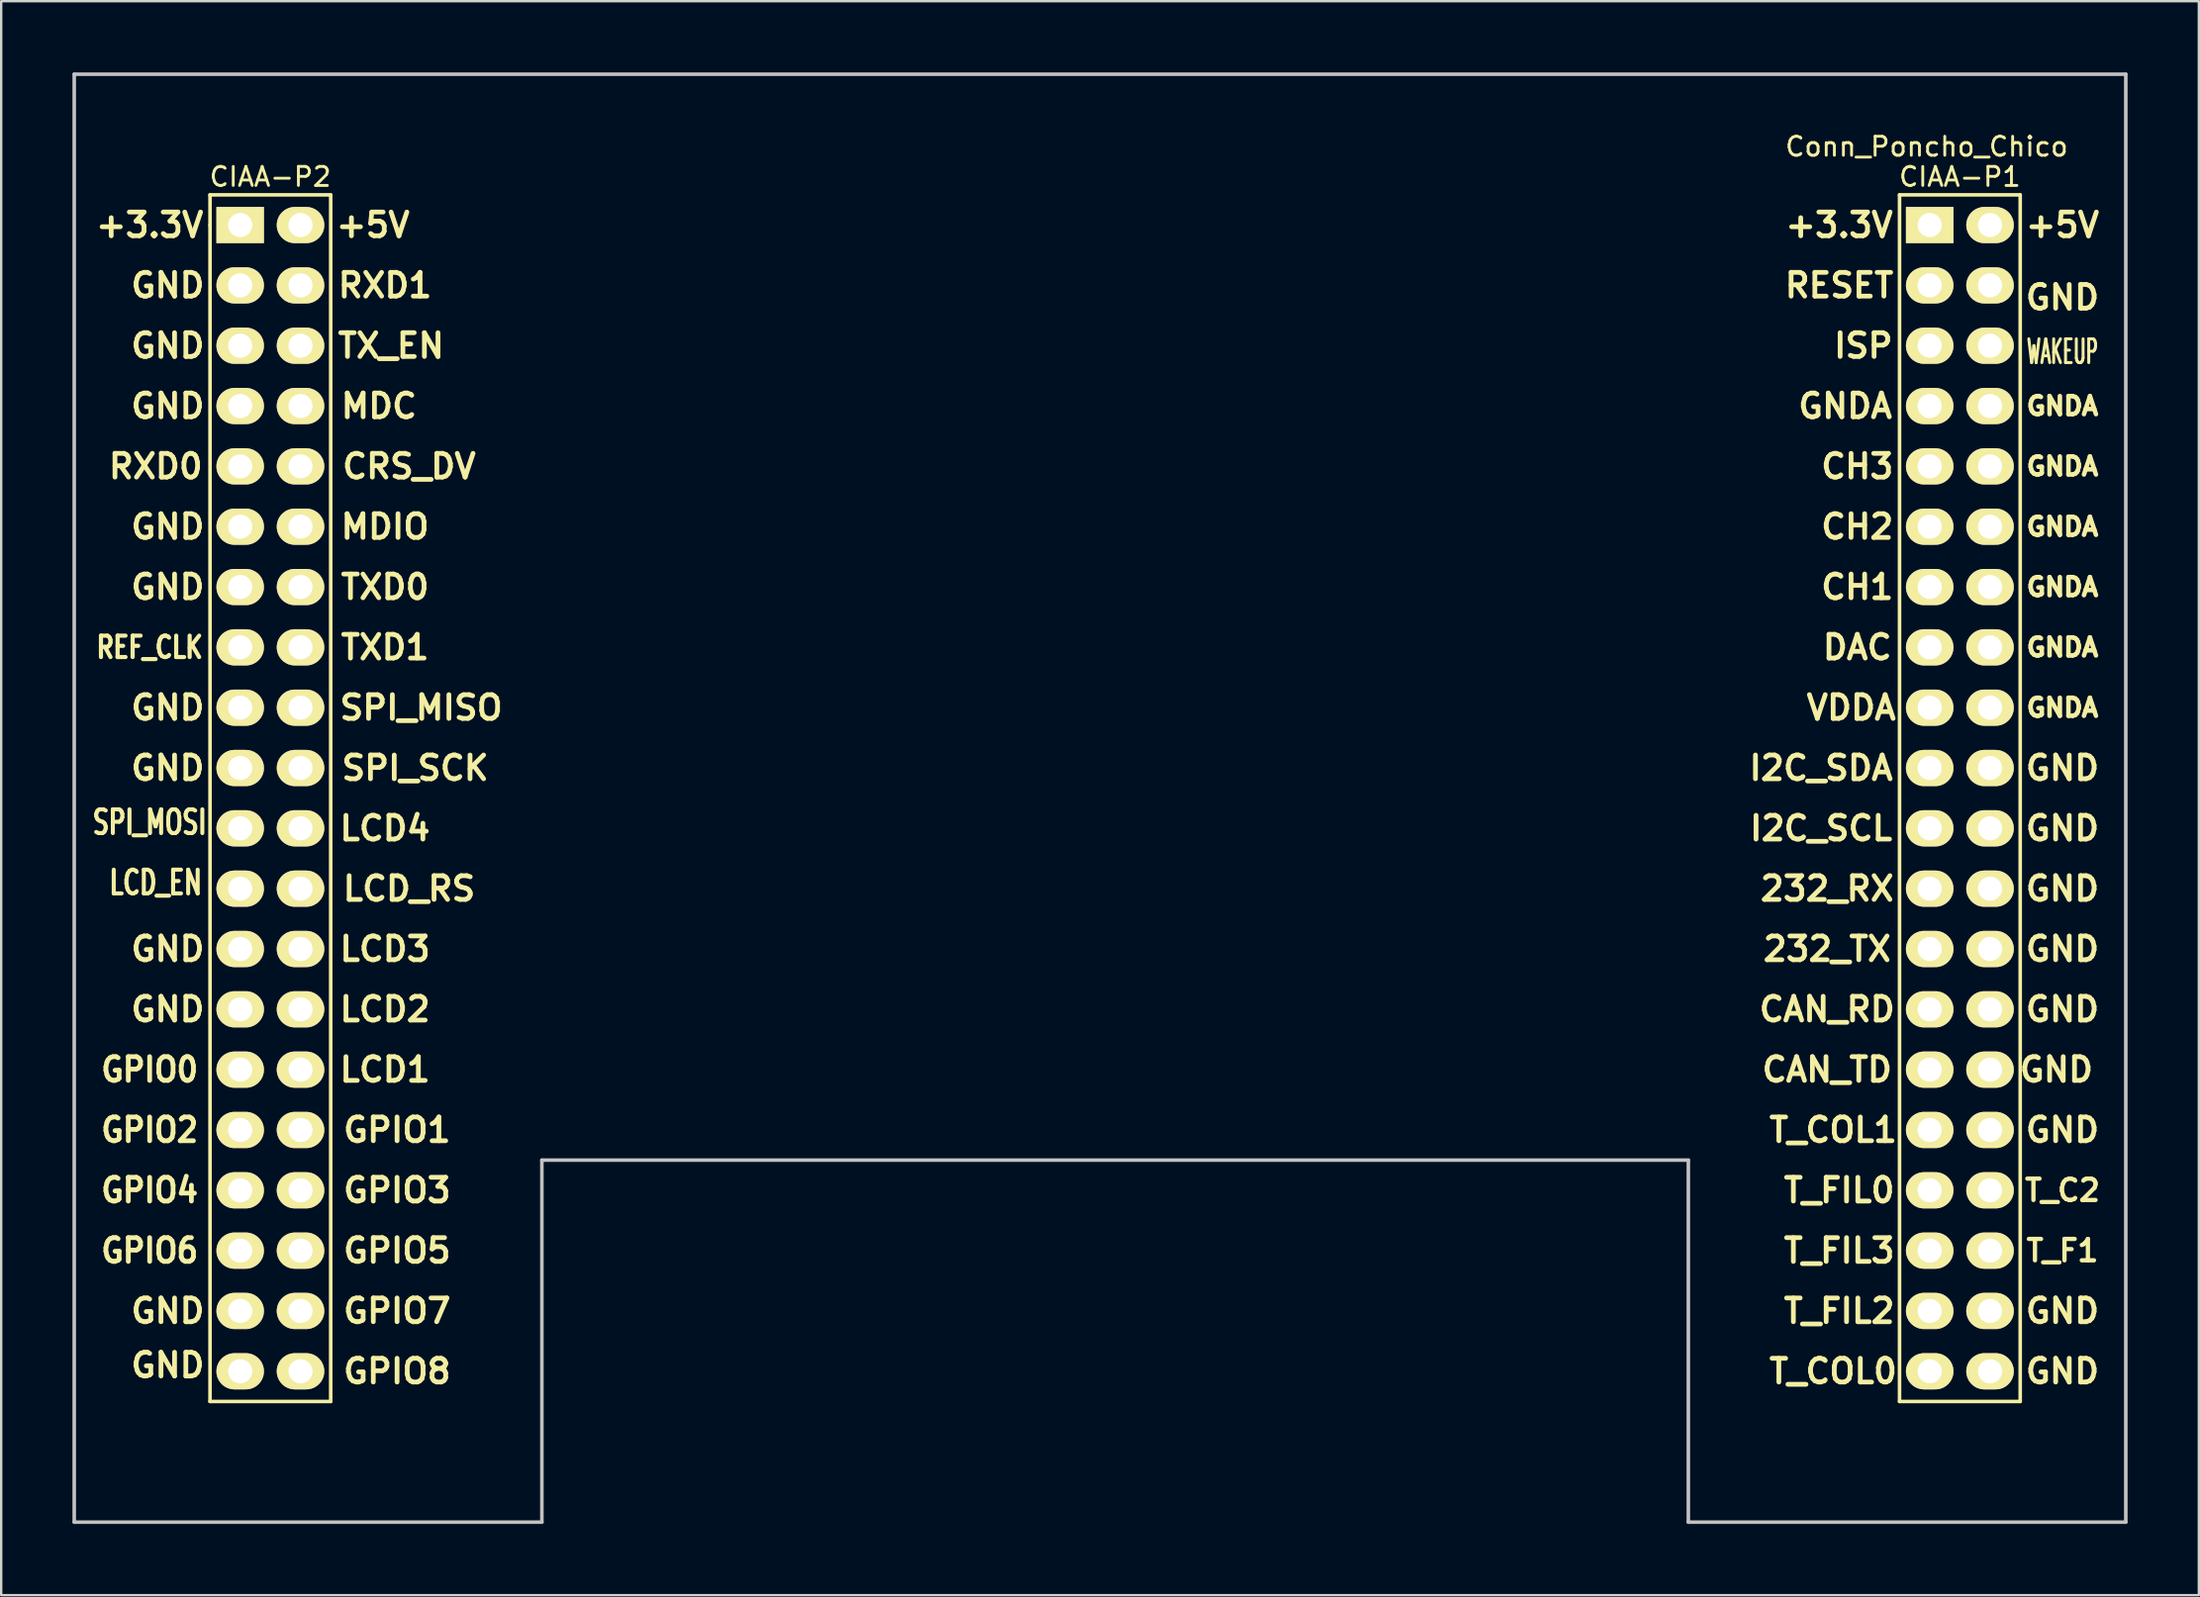
<source format=kicad_pcb>
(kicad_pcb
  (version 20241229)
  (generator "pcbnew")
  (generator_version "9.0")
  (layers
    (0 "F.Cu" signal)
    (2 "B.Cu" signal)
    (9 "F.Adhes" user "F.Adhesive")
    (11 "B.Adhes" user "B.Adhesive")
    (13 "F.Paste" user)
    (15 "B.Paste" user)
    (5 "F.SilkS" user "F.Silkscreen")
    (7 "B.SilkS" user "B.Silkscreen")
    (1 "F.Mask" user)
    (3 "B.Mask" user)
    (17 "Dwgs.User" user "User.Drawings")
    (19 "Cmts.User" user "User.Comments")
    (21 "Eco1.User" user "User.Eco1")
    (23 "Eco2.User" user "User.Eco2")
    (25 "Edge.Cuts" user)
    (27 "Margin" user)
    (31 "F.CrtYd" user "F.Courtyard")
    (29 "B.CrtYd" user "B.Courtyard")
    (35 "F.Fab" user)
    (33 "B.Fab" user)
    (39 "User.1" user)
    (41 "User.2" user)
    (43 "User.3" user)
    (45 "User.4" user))
  (footprint "Conn_Poncho_Chico"
    (layer "F.Cu")
    (at 78.18 6.425)
    (property "Reference" "Conn_Poncho_Chico" (at -0.127 -3.302 0) (layer "F.SilkS") (effects (font (size 0.8 0.8) (thickness 0.12))))
    (attr through_hole)
    (fp_line (start -72.39 -1.27) (end -67.31 -1.27) (stroke (width 0.15) (type solid)) (layer "F.SilkS"))
    (fp_line (start -72.39 0) (end -72.39 -1.27) (stroke (width 0.15) (type solid)) (layer "F.SilkS"))
    (fp_line (start -72.39 49.53) (end -72.39 0) (stroke (width 0.15) (type solid)) (layer "F.SilkS"))
    (fp_line (start -67.31 -1.27) (end -67.31 49.53) (stroke (width 0.15) (type solid)) (layer "F.SilkS"))
    (fp_line (start -67.31 49.53) (end -72.39 49.53) (stroke (width 0.15) (type solid)) (layer "F.SilkS"))
    (fp_line (start -1.27 49.53) (end -1.27 -1.27) (stroke (width 0.15) (type solid)) (layer "F.SilkS"))
    (fp_line (start 3.81 -1.27) (end -1.27 -1.27) (stroke (width 0.15) (type solid)) (layer "F.SilkS"))
    (fp_line (start 3.81 49.53) (end -1.27 49.53) (stroke (width 0.15) (type solid)) (layer "F.SilkS"))
    (fp_line (start 3.81 49.53) (end 3.81 -1.27) (stroke (width 0.15) (type solid)) (layer "F.SilkS"))
    (fp_line (start -78.105 54.61) (end -78.105 -6.35) (stroke (width 0.15) (type solid)) (layer "Dwgs.User"))
    (fp_line (start -58.42 39.37) (end -10.16 39.37) (stroke (width 0.15) (type solid)) (layer "Dwgs.User"))
    (fp_line (start -58.42 54.61) (end -78.105 54.61) (stroke (width 0.15) (type solid)) (layer "Dwgs.User"))
    (fp_line (start -58.42 54.61) (end -58.42 39.37) (stroke (width 0.15) (type solid)) (layer "Dwgs.User"))
    (fp_line (start -10.16 54.61) (end -10.16 39.37) (stroke (width 0.15) (type solid)) (layer "Dwgs.User"))
    (fp_line (start 8.255 -6.35) (end -78.105 -6.35) (stroke (width 0.15) (type solid)) (layer "Dwgs.User"))
    (fp_line (start 8.255 54.61) (end -10.16 54.61) (stroke (width 0.15) (type solid)) (layer "Dwgs.User"))
    (fp_line (start 8.255 54.61) (end 8.255 -6.35) (stroke (width 0.15) (type solid)) (layer "Dwgs.User"))
    (fp_text user "LCD3" (at -65.024 30.48 0) (layer "F.SilkS") (effects (font (size 1 1) (thickness 0.2))))
    (fp_text user "GND" (at 5.588 30.48 0) (layer "F.SilkS") (effects (font (size 1 1) (thickness 0.2))))
    (fp_text user "GND" (at -74.168 22.86 0) (layer "F.SilkS") (effects (font (size 1 1) (thickness 0.2))))
    (fp_text user "GND" (at 5.588 25.4 0) (layer "F.SilkS") (effects (font (size 1 1) (thickness 0.2))))
    (fp_text user "T_COL0" (at -4.064 48.26 0) (layer "F.SilkS") (effects (font (size 1 1) (thickness 0.2))))
    (fp_text user "CIAA-P1" (at 1.27 -2.032 0) (layer "F.SilkS") (effects (font (size 0.8 0.8) (thickness 0.12))))
    (fp_text user "+3.3V" (at -74.93 0 0) (layer "F.SilkS") (effects (font (size 1 1) (thickness 0.2))))
    (fp_text user "MDIO" (at -65.024 12.7 0) (layer "F.SilkS") (effects (font (size 1 1) (thickness 0.2))))
    (fp_text user "T_F1" (at 5.588 43.18 0) (layer "F.SilkS") (effects (font (size 0.9 0.9) (thickness 0.18))))
    (fp_text user "GND" (at -74.168 5.08 0) (layer "F.SilkS") (effects (font (size 1 1) (thickness 0.2))))
    (fp_text user "LCD_RS" (at -64.008 27.94 0) (layer "F.SilkS") (effects (font (size 1 1) (thickness 0.2))))
    (fp_text user "RXD1" (at -65.024 2.54 0) (layer "F.SilkS") (effects (font (size 1 1) (thickness 0.2))))
    (fp_text user "GND" (at -74.168 7.62 0) (layer "F.SilkS") (effects (font (size 1 1) (thickness 0.2))))
    (fp_text user "LCD_EN" (at -74.676 27.686 0) (layer "F.SilkS") (effects (font (size 1 0.7) (thickness 0.17))))
    (fp_text user "GNDA" (at 5.588 20.32 0) (layer "F.SilkS") (effects (font (size 0.76 0.76) (thickness 0.19))))
    (fp_text user "GNDA" (at 5.588 10.16 0) (layer "F.SilkS") (effects (font (size 0.76 0.76) (thickness 0.19))))
    (fp_text user "GND" (at -74.168 15.24 0) (layer "F.SilkS") (effects (font (size 1 1) (thickness 0.2))))
    (fp_text user "GND" (at -74.168 12.7 0) (layer "F.SilkS") (effects (font (size 1 1) (thickness 0.2))))
    (fp_text user "CH2" (at -3.048 12.7 0) (layer "F.SilkS") (effects (font (size 1 1) (thickness 0.2))))
    (fp_text user "GPIO7" (at -64.516 45.72 0) (layer "F.SilkS") (effects (font (size 1 1) (thickness 0.2))))
    (fp_text user "CAN_TD" (at -4.318 35.56 0) (layer "F.SilkS") (effects (font (size 1 1) (thickness 0.2))))
    (fp_text user "LCD4" (at -65.024 25.4 0) (layer "F.SilkS") (effects (font (size 1 1) (thickness 0.2))))
    (fp_text user "WAKEUP" (at 5.588 5.334 0) (layer "F.SilkS") (effects (font (size 1 0.5) (thickness 0.125))))
    (fp_text user "CH3" (at -3.048 10.16 0) (layer "F.SilkS") (effects (font (size 1 1) (thickness 0.2))))
    (fp_text user "TXD1" (at -65.024 17.78 0) (layer "F.SilkS") (effects (font (size 1 1) (thickness 0.2))))
    (fp_text user "LCD1" (at -65.024 35.56 0) (layer "F.SilkS") (effects (font (size 1 1) (thickness 0.2))))
    (fp_text user "GNDA" (at 5.588 17.78 0) (layer "F.SilkS") (effects (font (size 0.76 0.76) (thickness 0.19))))
    (fp_text user "GPIO6" (at -74.93 43.18 0) (layer "F.SilkS") (effects (font (size 1 0.9) (thickness 0.2))))
    (fp_text user "GND" (at 5.588 3.048 0) (layer "F.SilkS") (effects (font (size 1 1) (thickness 0.2))))
    (fp_text user "GND" (at 5.588 22.86 0) (layer "F.SilkS") (effects (font (size 1 1) (thickness 0.2))))
    (fp_text user "I2C_SCL" (at -4.572 25.4 0) (layer "F.SilkS") (effects (font (size 1 1) (thickness 0.2))))
    (fp_text user "RESET" (at -3.81 2.54 0) (layer "F.SilkS") (effects (font (size 1 1) (thickness 0.2))))
    (fp_text user "CIAA-P2" (at -69.85 -2.032 0) (layer "F.SilkS") (effects (font (size 0.8 0.8) (thickness 0.12))))
    (fp_text user "GPIO2" (at -74.93 38.1 0) (layer "F.SilkS") (effects (font (size 1 0.9) (thickness 0.2))))
    (fp_text user "CAN_RD" (at -4.318 33.02 0) (layer "F.SilkS") (effects (font (size 1 1) (thickness 0.2))))
    (fp_text user "MDC" (at -65.278 7.62 0) (layer "F.SilkS") (effects (font (size 1 1) (thickness 0.2))))
    (fp_text user "GPIO1" (at -64.516 38.1 0) (layer "F.SilkS") (effects (font (size 1 1) (thickness 0.2))))
    (fp_text user "GND" (at -74.168 2.54 0) (layer "F.SilkS") (effects (font (size 1 1) (thickness 0.2))))
    (fp_text user "DAC" (at -3.048 17.78 0) (layer "F.SilkS") (effects (font (size 1 1) (thickness 0.2))))
    (fp_text user "GND" (at 5.588 33.02 0) (layer "F.SilkS") (effects (font (size 1 1) (thickness 0.2))))
    (fp_text user "GND" (at -74.168 45.72 0) (layer "F.SilkS") (effects (font (size 1 1) (thickness 0.2))))
    (fp_text user "CRS_DV" (at -64.008 10.16 0) (layer "F.SilkS") (effects (font (size 1 1) (thickness 0.2))))
    (fp_text user "232_TX" (at -4.318 30.48 0) (layer "F.SilkS") (effects (font (size 1 1) (thickness 0.2))))
    (fp_text user "GND" (at 5.588 48.26 0) (layer "F.SilkS") (effects (font (size 1 1) (thickness 0.2))))
    (fp_text user "GPIO4" (at -74.93 40.64 0) (layer "F.SilkS") (effects (font (size 1 0.9) (thickness 0.2))))
    (fp_text user "GNDA" (at 5.588 7.62 0) (layer "F.SilkS") (effects (font (size 0.76 0.76) (thickness 0.19))))
    (fp_text user "T_FIL2" (at -3.81 45.72 0) (layer "F.SilkS") (effects (font (size 1 1) (thickness 0.2))))
    (fp_text user "TX_EN" (at -64.77 5.08 0) (layer "F.SilkS") (effects (font (size 1 1) (thickness 0.2))))
    (fp_text user "T_FIL3" (at -3.81 43.18 0) (layer "F.SilkS") (effects (font (size 1 1) (thickness 0.2))))
    (fp_text user "GNDA" (at 5.588 12.7 0) (layer "F.SilkS") (effects (font (size 0.76 0.76) (thickness 0.19))))
    (fp_text user "SPI_MOSI" (at -74.93 25.146 0) (layer "F.SilkS") (effects (font (size 1 0.7) (thickness 0.17))))
    (fp_text user "TXD0" (at -65.024 15.24 0) (layer "F.SilkS") (effects (font (size 1 1) (thickness 0.2))))
    (fp_text user "GND" (at -74.168 20.32 0) (layer "F.SilkS") (effects (font (size 1 1) (thickness 0.2))))
    (fp_text user "GNDA" (at -3.556 7.62 0) (layer "F.SilkS") (effects (font (size 1 1) (thickness 0.2))))
    (fp_text user "GND" (at -74.168 33.02 0) (layer "F.SilkS") (effects (font (size 1 1) (thickness 0.2))))
    (fp_text user "ISP" (at -2.794 5.08 0) (layer "F.SilkS") (effects (font (size 1 1) (thickness 0.2))))
    (fp_text user "+5V" (at 5.588 0 0) (layer "F.SilkS") (effects (font (size 1 1) (thickness 0.2))))
    (fp_text user "+5V" (at -65.532 0 0) (layer "F.SilkS") (effects (font (size 1 1) (thickness 0.2))))
    (fp_text user "GND" (at 5.334 35.56 0) (layer "F.SilkS") (effects (font (size 1 1) (thickness 0.2))))
    (fp_text user "RXD0" (at -74.676 10.16 0) (layer "F.SilkS") (effects (font (size 1 1) (thickness 0.2))))
    (fp_text user "T_COL1" (at -4.064 38.1 0) (layer "F.SilkS") (effects (font (size 1 1) (thickness 0.2))))
    (fp_text user "GPIO0" (at -74.93 35.56 0) (layer "F.SilkS") (effects (font (size 1 0.9) (thickness 0.2))))
    (fp_text user "GND" (at 5.588 27.94 0) (layer "F.SilkS") (effects (font (size 1 1) (thickness 0.2))))
    (fp_text user "232_RX" (at -4.318 27.94 0) (layer "F.SilkS") (effects (font (size 1 1) (thickness 0.2))))
    (fp_text user "SPI_MISO" (at -63.5 20.32 0) (layer "F.SilkS") (effects (font (size 1 1) (thickness 0.2))))
    (fp_text user "VDDA" (at -3.302 20.32 0) (layer "F.SilkS") (effects (font (size 1 1) (thickness 0.2))))
    (fp_text user "GNDA" (at 5.588 15.24 0) (layer "F.SilkS") (effects (font (size 0.76 0.76) (thickness 0.19))))
    (fp_text user "GND" (at -74.168 30.48 0) (layer "F.SilkS") (effects (font (size 1 1) (thickness 0.2))))
    (fp_text user "GPIO5" (at -64.516 43.18 0) (layer "F.SilkS") (effects (font (size 1 1) (thickness 0.2))))
    (fp_text user "+3.3V" (at -3.81 0 0) (layer "F.SilkS") (effects (font (size 1 1) (thickness 0.2))))
    (fp_text user "GND" (at -74.168 48.006 0) (layer "F.SilkS") (effects (font (size 1 1) (thickness 0.2))))
    (fp_text user "GPIO8" (at -64.516 48.26 0) (layer "F.SilkS") (effects (font (size 1 1) (thickness 0.2))))
    (fp_text user "REF_CLK" (at -74.93 17.78 0) (layer "F.SilkS") (effects (font (size 0.9 0.7) (thickness 0.175))))
    (fp_text user "I2C_SDA" (at -4.572 22.86 0) (layer "F.SilkS") (effects (font (size 1 1) (thickness 0.2))))
    (fp_text user "CH1" (at -3.048 15.24 0) (layer "F.SilkS") (effects (font (size 1 1) (thickness 0.2))))
    (fp_text user "T_FIL0" (at -3.81 40.64 0) (layer "F.SilkS") (effects (font (size 1 1) (thickness 0.2))))
    (fp_text user "T_C2" (at 5.588 40.64 0) (layer "F.SilkS") (effects (font (size 0.9 0.9) (thickness 0.18))))
    (fp_text user "GPIO3" (at -64.516 40.64 0) (layer "F.SilkS") (effects (font (size 1 1) (thickness 0.2))))
    (fp_text user "GND" (at 5.588 38.1 0) (layer "F.SilkS") (effects (font (size 1 1) (thickness 0.2))))
    (fp_text user "LCD2" (at -65.024 33.02 0) (layer "F.SilkS") (effects (font (size 1 1) (thickness 0.2))))
    (fp_text user "SPI_SCK" (at -63.754 22.86 0) (layer "F.SilkS") (effects (font (size 1 1) (thickness 0.2))))
    (fp_text user "GND" (at 5.588 45.72 0) (layer "F.SilkS") (effects (font (size 1 1) (thickness 0.2))))
    (pad "1" thru_hole rect (at 0 0 270) (size 1.524 2) (drill 1.016) (layers "*.Cu" "*.Mask" "F.SilkS"))
    (pad "2" thru_hole oval (at 2.54 0 270) (size 1.524 2) (drill 1.016) (layers "*.Cu" "*.Mask" "F.SilkS"))
    (pad "3" thru_hole oval (at 0 2.54 270) (size 1.524 2) (drill 1.016) (layers "*.Cu" "*.Mask" "F.SilkS"))
    (pad "4" thru_hole oval (at 2.54 2.54 270) (size 1.524 2) (drill 1.016) (layers "*.Cu" "*.Mask" "F.SilkS"))
    (pad "5" thru_hole oval (at 0 5.08 270) (size 1.524 2) (drill 1.016) (layers "*.Cu" "*.Mask" "F.SilkS"))
    (pad "6" thru_hole oval (at 2.54 5.08 270) (size 1.524 2) (drill 1.016) (layers "*.Cu" "*.Mask" "F.SilkS"))
    (pad "7" thru_hole oval (at 0 7.62 270) (size 1.524 2) (drill 1.016) (layers "*.Cu" "*.Mask" "F.SilkS"))
    (pad "8" thru_hole oval (at 2.54 7.62 270) (size 1.524 2) (drill 1.016) (layers "*.Cu" "*.Mask" "F.SilkS"))
    (pad "9" thru_hole oval (at 0 10.16 270) (size 1.524 2) (drill 1.016) (layers "*.Cu" "*.Mask" "F.SilkS"))
    (pad "10" thru_hole oval (at 2.54 10.16 270) (size 1.524 2) (drill 1.016) (layers "*.Cu" "*.Mask" "F.SilkS"))
    (pad "11" thru_hole oval (at 0 12.7 270) (size 1.524 2) (drill 1.016) (layers "*.Cu" "*.Mask" "F.SilkS"))
    (pad "12" thru_hole oval (at 2.54 12.7 270) (size 1.524 2) (drill 1.016) (layers "*.Cu" "*.Mask" "F.SilkS"))
    (pad "13" thru_hole oval (at 0 15.24 270) (size 1.524 2) (drill 1.016) (layers "*.Cu" "*.Mask" "F.SilkS"))
    (pad "14" thru_hole oval (at 2.54 15.24 270) (size 1.524 2) (drill 1.016) (layers "*.Cu" "*.Mask" "F.SilkS"))
    (pad "15" thru_hole oval (at 0 17.78 270) (size 1.524 2) (drill 1.016) (layers "*.Cu" "*.Mask" "F.SilkS"))
    (pad "16" thru_hole oval (at 2.54 17.78 270) (size 1.524 2) (drill 1.016) (layers "*.Cu" "*.Mask" "F.SilkS"))
    (pad "17" thru_hole oval (at 0 20.32 270) (size 1.524 2) (drill 1.016) (layers "*.Cu" "*.Mask" "F.SilkS"))
    (pad "18" thru_hole oval (at 2.54 20.32 270) (size 1.524 2) (drill 1.016) (layers "*.Cu" "*.Mask" "F.SilkS"))
    (pad "19" thru_hole oval (at 0 22.86 270) (size 1.524 2) (drill 1.016) (layers "*.Cu" "*.Mask" "F.SilkS"))
    (pad "20" thru_hole oval (at 2.54 22.86 270) (size 1.524 2) (drill 1.016) (layers "*.Cu" "*.Mask" "F.SilkS"))
    (pad "21" thru_hole oval (at 0 25.4 270) (size 1.524 2) (drill 1.016) (layers "*.Cu" "*.Mask" "F.SilkS"))
    (pad "22" thru_hole oval (at 2.54 25.4 270) (size 1.524 2) (drill 1.016) (layers "*.Cu" "*.Mask" "F.SilkS"))
    (pad "23" thru_hole oval (at 0 27.94 270) (size 1.524 2) (drill 1.016) (layers "*.Cu" "*.Mask" "F.SilkS"))
    (pad "24" thru_hole oval (at 2.54 27.94 270) (size 1.524 2) (drill 1.016) (layers "*.Cu" "*.Mask" "F.SilkS"))
    (pad "25" thru_hole oval (at 0 30.48 270) (size 1.524 2) (drill 1.016) (layers "*.Cu" "*.Mask" "F.SilkS"))
    (pad "26" thru_hole oval (at 2.54 30.48 270) (size 1.524 2) (drill 1.016) (layers "*.Cu" "*.Mask" "F.SilkS"))
    (pad "27" thru_hole oval (at 0 33.02 270) (size 1.524 2) (drill 1.016) (layers "*.Cu" "*.Mask" "F.SilkS"))
    (pad "28" thru_hole oval (at 2.54 33.02 270) (size 1.524 2) (drill 1.016) (layers "*.Cu" "*.Mask" "F.SilkS"))
    (pad "29" thru_hole oval (at 0 35.56 270) (size 1.524 2) (drill 1.016) (layers "*.Cu" "*.Mask" "F.SilkS"))
    (pad "30" thru_hole oval (at 2.54 35.56 270) (size 1.524 2) (drill 1.016) (layers "*.Cu" "*.Mask" "F.SilkS"))
    (pad "31" thru_hole oval (at 0 38.1 270) (size 1.524 2) (drill 1.016) (layers "*.Cu" "*.Mask" "F.SilkS"))
    (pad "32" thru_hole oval (at 2.54 38.1 270) (size 1.524 2) (drill 1.016) (layers "*.Cu" "*.Mask" "F.SilkS"))
    (pad "33" thru_hole oval (at 0 40.64 270) (size 1.524 2) (drill 1.016) (layers "*.Cu" "*.Mask" "F.SilkS"))
    (pad "34" thru_hole oval (at 2.54 40.64 270) (size 1.524 2) (drill 1.016) (layers "*.Cu" "*.Mask" "F.SilkS"))
    (pad "35" thru_hole oval (at 0 43.18 270) (size 1.524 2) (drill 1.016) (layers "*.Cu" "*.Mask" "F.SilkS"))
    (pad "36" thru_hole oval (at 2.54 43.18 270) (size 1.524 2) (drill 1.016) (layers "*.Cu" "*.Mask" "F.SilkS"))
    (pad "37" thru_hole oval (at 0 45.72 270) (size 1.524 2) (drill 1.016) (layers "*.Cu" "*.Mask" "F.SilkS"))
    (pad "38" thru_hole oval (at 2.54 45.72 270) (size 1.524 2) (drill 1.016) (layers "*.Cu" "*.Mask" "F.SilkS"))
    (pad "39" thru_hole oval (at 0 48.26 270) (size 1.524 2) (drill 1.016) (layers "*.Cu" "*.Mask" "F.SilkS"))
    (pad "40" thru_hole oval (at 2.54 48.26 270) (size 1.524 2) (drill 1.016) (layers "*.Cu" "*.Mask" "F.SilkS"))
    (pad "41" thru_hole rect (at -71.12 0 270) (size 1.524 2) (drill 1.016) (layers "*.Cu" "*.Mask" "F.SilkS"))
    (pad "42" thru_hole oval (at -68.58 0 270) (size 1.524 2) (drill 1.016) (layers "*.Cu" "*.Mask" "F.SilkS"))
    (pad "43" thru_hole oval (at -71.12 2.54 270) (size 1.524 2) (drill 1.016) (layers "*.Cu" "*.Mask" "F.SilkS"))
    (pad "44" thru_hole oval (at -68.58 2.54 270) (size 1.524 2) (drill 1.016) (layers "*.Cu" "*.Mask" "F.SilkS"))
    (pad "45" thru_hole oval (at -71.12 5.08 270) (size 1.524 2) (drill 1.016) (layers "*.Cu" "*.Mask" "F.SilkS"))
    (pad "46" thru_hole oval (at -68.58 5.08 270) (size 1.524 2) (drill 1.016) (layers "*.Cu" "*.Mask" "F.SilkS"))
    (pad "47" thru_hole oval (at -71.12 7.62 270) (size 1.524 2) (drill 1.016) (layers "*.Cu" "*.Mask" "F.SilkS"))
    (pad "48" thru_hole oval (at -68.58 7.62 270) (size 1.524 2) (drill 1.016) (layers "*.Cu" "*.Mask" "F.SilkS"))
    (pad "49" thru_hole oval (at -71.12 10.16 270) (size 1.524 2) (drill 1.016) (layers "*.Cu" "*.Mask" "F.SilkS"))
    (pad "50" thru_hole oval (at -68.58 10.16 270) (size 1.524 2) (drill 1.016) (layers "*.Cu" "*.Mask" "F.SilkS"))
    (pad "51" thru_hole oval (at -71.12 12.7 270) (size 1.524 2) (drill 1.016) (layers "*.Cu" "*.Mask" "F.SilkS"))
    (pad "52" thru_hole oval (at -68.58 12.7 270) (size 1.524 2) (drill 1.016) (layers "*.Cu" "*.Mask" "F.SilkS"))
    (pad "53" thru_hole oval (at -71.12 15.24 270) (size 1.524 2) (drill 1.016) (layers "*.Cu" "*.Mask" "F.SilkS"))
    (pad "54" thru_hole oval (at -68.58 15.24 270) (size 1.524 2) (drill 1.016) (layers "*.Cu" "*.Mask" "F.SilkS"))
    (pad "55" thru_hole oval (at -71.12 17.78 270) (size 1.524 2) (drill 1.016) (layers "*.Cu" "*.Mask" "F.SilkS"))
    (pad "56" thru_hole oval (at -68.58 17.78 270) (size 1.524 2) (drill 1.016) (layers "*.Cu" "*.Mask" "F.SilkS"))
    (pad "57" thru_hole oval (at -71.12 20.32 270) (size 1.524 2) (drill 1.016) (layers "*.Cu" "*.Mask" "F.SilkS"))
    (pad "58" thru_hole oval (at -68.58 20.32 270) (size 1.524 2) (drill 1.016) (layers "*.Cu" "*.Mask" "F.SilkS"))
    (pad "59" thru_hole oval (at -71.12 22.86 270) (size 1.524 2) (drill 1.016) (layers "*.Cu" "*.Mask" "F.SilkS"))
    (pad "60" thru_hole oval (at -68.58 22.86 270) (size 1.524 2) (drill 1.016) (layers "*.Cu" "*.Mask" "F.SilkS"))
    (pad "61" thru_hole oval (at -71.12 25.4 270) (size 1.524 2) (drill 1.016) (layers "*.Cu" "*.Mask" "F.SilkS"))
    (pad "62" thru_hole oval (at -68.58 25.4 270) (size 1.524 2) (drill 1.016) (layers "*.Cu" "*.Mask" "F.SilkS"))
    (pad "63" thru_hole oval (at -71.12 27.94 270) (size 1.524 2) (drill 1.016) (layers "*.Cu" "*.Mask" "F.SilkS"))
    (pad "64" thru_hole oval (at -68.58 27.94 270) (size 1.524 2) (drill 1.016) (layers "*.Cu" "*.Mask" "F.SilkS"))
    (pad "65" thru_hole oval (at -71.12 30.48 270) (size 1.524 2) (drill 1.016) (layers "*.Cu" "*.Mask" "F.SilkS"))
    (pad "66" thru_hole oval (at -68.58 30.48 270) (size 1.524 2) (drill 1.016) (layers "*.Cu" "*.Mask" "F.SilkS"))
    (pad "67" thru_hole oval (at -71.12 33.02 270) (size 1.524 2) (drill 1.016) (layers "*.Cu" "*.Mask" "F.SilkS"))
    (pad "68" thru_hole oval (at -68.58 33.02 270) (size 1.524 2) (drill 1.016) (layers "*.Cu" "*.Mask" "F.SilkS"))
    (pad "69" thru_hole oval (at -71.12 35.56 270) (size 1.524 2) (drill 1.016) (layers "*.Cu" "*.Mask" "F.SilkS"))
    (pad "70" thru_hole oval (at -68.58 35.56 270) (size 1.524 2) (drill 1.016) (layers "*.Cu" "*.Mask" "F.SilkS"))
    (pad "71" thru_hole oval (at -71.12 38.1 270) (size 1.524 2) (drill 1.016) (layers "*.Cu" "*.Mask" "F.SilkS"))
    (pad "72" thru_hole oval (at -68.58 38.1 270) (size 1.524 2) (drill 1.016) (layers "*.Cu" "*.Mask" "F.SilkS"))
    (pad "73" thru_hole oval (at -71.12 40.64 270) (size 1.524 2) (drill 1.016) (layers "*.Cu" "*.Mask" "F.SilkS"))
    (pad "74" thru_hole oval (at -68.58 40.64 270) (size 1.524 2) (drill 1.016) (layers "*.Cu" "*.Mask" "F.SilkS"))
    (pad "75" thru_hole oval (at -71.12 43.18 270) (size 1.524 2) (drill 1.016) (layers "*.Cu" "*.Mask" "F.SilkS"))
    (pad "76" thru_hole oval (at -68.58 43.18 270) (size 1.524 2) (drill 1.016) (layers "*.Cu" "*.Mask" "F.SilkS"))
    (pad "77" thru_hole oval (at -71.12 45.72 270) (size 1.524 2) (drill 1.016) (layers "*.Cu" "*.Mask" "F.SilkS"))
    (pad "78" thru_hole oval (at -68.58 45.72 270) (size 1.524 2) (drill 1.016) (layers "*.Cu" "*.Mask" "F.SilkS"))
    (pad "79" thru_hole oval (at -71.12 48.26 270) (size 1.524 2) (drill 1.016) (layers "*.Cu" "*.Mask" "F.SilkS"))
    (pad "80" thru_hole oval (at -68.58 48.26 270) (size 1.524 2) (drill 1.016) (layers "*.Cu" "*.Mask" "F.SilkS")))
  (gr_rect
    (start -3 -3)
    (end 89.51 64.11)
    (stroke (width 0.1) (type default))
    (fill no)
    (layer "Edge.Cuts")))
</source>
